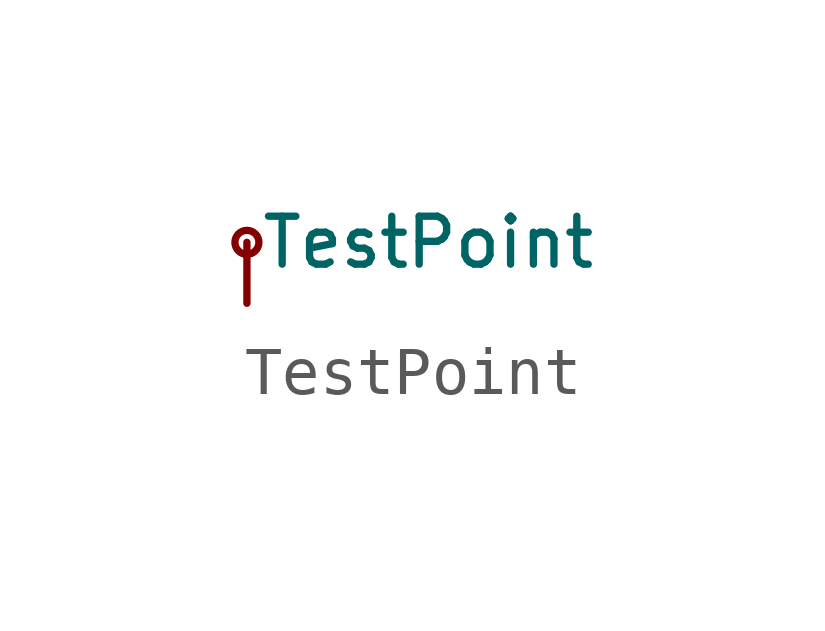
<source format=kicad_sym>
(kicad_symbol_lib
  (version 20241209)
  (generator "kicad_symbol_editor")
  (generator_version "9.0")
  (symbol "TestPoint"
    (pin_numbers
      (hide yes))
    (pin_names
      (offset 0.762)
      (hide yes))
    (property "Reference" "GND5"
      (at 2.54 4.572 0)
      (effects (font (size 1.27 1.27)) (justify left) (hide yes)))
    (property "Value" "TestPoint"
      (at 0.254 2.54 0)
      (effects (font (size 1 1)) (justify left)))
    (symbol "TestPoint_0_1"
      (circle (center 0 2.54) (radius 0.25) (stroke (width 0) (type default)) (fill (type none))))
    (symbol "TestPoint_1_1"
      (pin passive line (at 0 1.27 90) (length 1.27) (name "1" (effects (font (size 1.27 1.27)))) (number "1" (effects (font (size 1.27 1.27))))))))
</source>
